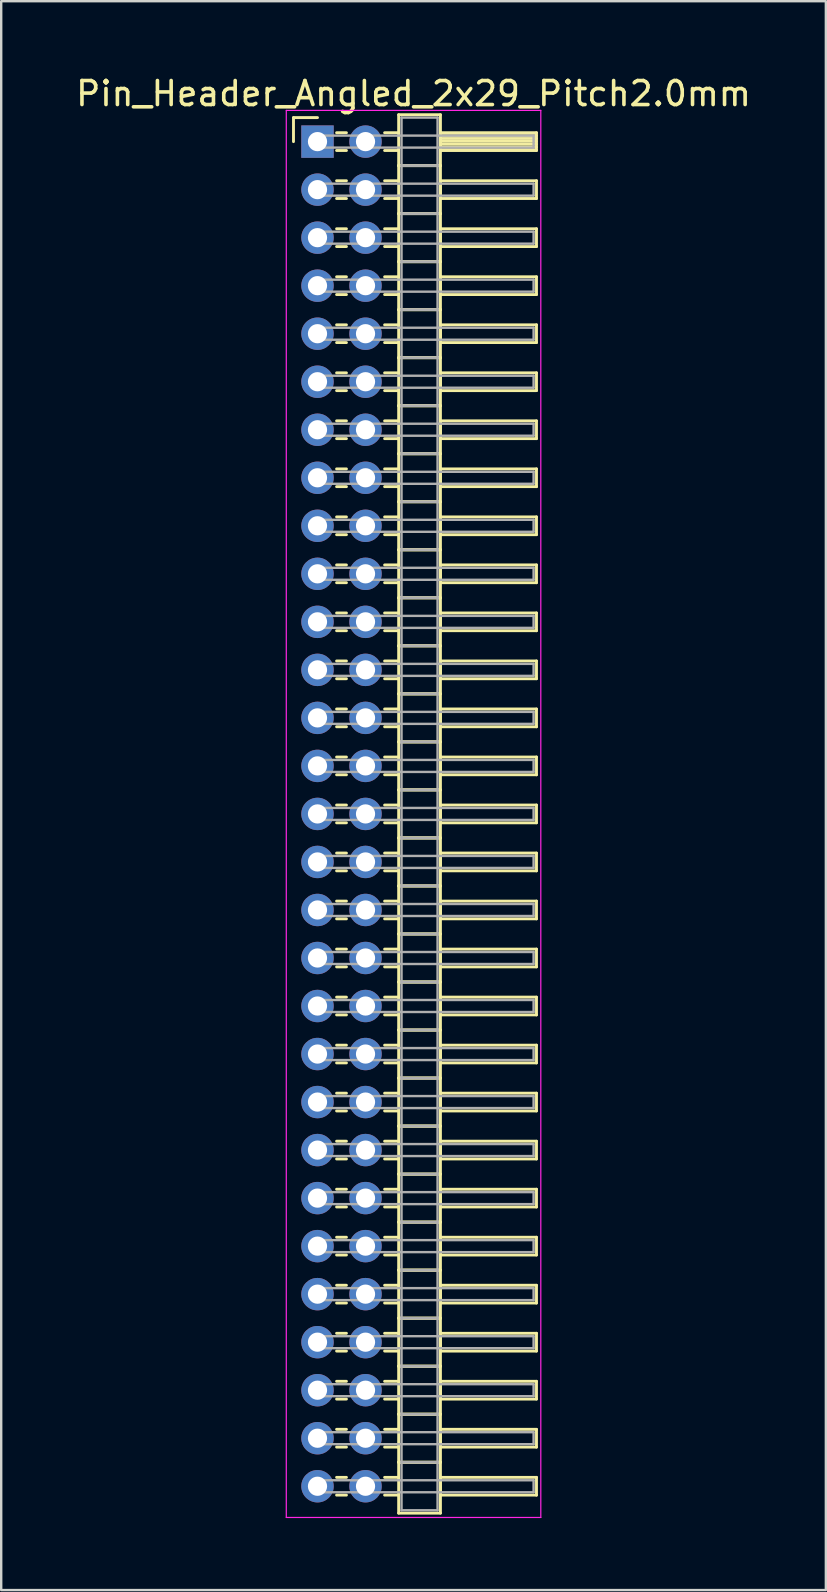
<source format=kicad_pcb>
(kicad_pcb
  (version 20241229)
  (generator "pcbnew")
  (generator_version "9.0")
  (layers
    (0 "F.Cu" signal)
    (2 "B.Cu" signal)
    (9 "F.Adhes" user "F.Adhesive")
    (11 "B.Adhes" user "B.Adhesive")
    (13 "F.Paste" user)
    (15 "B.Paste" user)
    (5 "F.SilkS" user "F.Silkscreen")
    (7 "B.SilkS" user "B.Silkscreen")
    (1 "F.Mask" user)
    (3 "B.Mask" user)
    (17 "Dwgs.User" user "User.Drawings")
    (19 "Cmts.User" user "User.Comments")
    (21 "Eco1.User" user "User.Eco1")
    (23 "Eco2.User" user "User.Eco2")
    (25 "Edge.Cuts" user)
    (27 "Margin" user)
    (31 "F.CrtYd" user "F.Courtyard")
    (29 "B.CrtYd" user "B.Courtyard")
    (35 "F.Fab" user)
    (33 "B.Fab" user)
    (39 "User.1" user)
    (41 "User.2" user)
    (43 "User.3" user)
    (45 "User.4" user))
  (footprint "Pin_Header_Angled_2x29_Pitch2.0mm"
    (layer "F.Cu")
    (at 10.173 2.848)
    (property "Reference" "Pin_Header_Angled_2x29_Pitch2.0mm" (at 4 -2 0) (layer "F.SilkS") (effects (font (size 1 1) (thickness 0.15))))
    (attr through_hole)
    (fp_line (start -1 -1) (end 0 -1) (stroke (width 0.12) (type solid)) (layer "F.SilkS"))
    (fp_line (start -1 0) (end -1 -1) (stroke (width 0.12) (type solid)) (layer "F.SilkS"))
    (fp_line (start 0.795 -0.37) (end 1.205 -0.37) (stroke (width 0.12) (type solid)) (layer "F.SilkS"))
    (fp_line (start 0.795 0.37) (end 1.205 0.37) (stroke (width 0.12) (type solid)) (layer "F.SilkS"))
    (fp_line (start 0.795 1.63) (end 1.205 1.63) (stroke (width 0.12) (type solid)) (layer "F.SilkS"))
    (fp_line (start 0.795 2.37) (end 1.205 2.37) (stroke (width 0.12) (type solid)) (layer "F.SilkS"))
    (fp_line (start 0.795 3.63) (end 1.205 3.63) (stroke (width 0.12) (type solid)) (layer "F.SilkS"))
    (fp_line (start 0.795 4.37) (end 1.205 4.37) (stroke (width 0.12) (type solid)) (layer "F.SilkS"))
    (fp_line (start 0.795 5.63) (end 1.205 5.63) (stroke (width 0.12) (type solid)) (layer "F.SilkS"))
    (fp_line (start 0.795 6.37) (end 1.205 6.37) (stroke (width 0.12) (type solid)) (layer "F.SilkS"))
    (fp_line (start 0.795 7.63) (end 1.205 7.63) (stroke (width 0.12) (type solid)) (layer "F.SilkS"))
    (fp_line (start 0.795 8.37) (end 1.205 8.37) (stroke (width 0.12) (type solid)) (layer "F.SilkS"))
    (fp_line (start 0.795 9.63) (end 1.205 9.63) (stroke (width 0.12) (type solid)) (layer "F.SilkS"))
    (fp_line (start 0.795 10.37) (end 1.205 10.37) (stroke (width 0.12) (type solid)) (layer "F.SilkS"))
    (fp_line (start 0.795 11.63) (end 1.205 11.63) (stroke (width 0.12) (type solid)) (layer "F.SilkS"))
    (fp_line (start 0.795 12.37) (end 1.205 12.37) (stroke (width 0.12) (type solid)) (layer "F.SilkS"))
    (fp_line (start 0.795 13.63) (end 1.205 13.63) (stroke (width 0.12) (type solid)) (layer "F.SilkS"))
    (fp_line (start 0.795 14.37) (end 1.205 14.37) (stroke (width 0.12) (type solid)) (layer "F.SilkS"))
    (fp_line (start 0.795 15.63) (end 1.205 15.63) (stroke (width 0.12) (type solid)) (layer "F.SilkS"))
    (fp_line (start 0.795 16.37) (end 1.205 16.37) (stroke (width 0.12) (type solid)) (layer "F.SilkS"))
    (fp_line (start 0.795 17.63) (end 1.205 17.63) (stroke (width 0.12) (type solid)) (layer "F.SilkS"))
    (fp_line (start 0.795 18.37) (end 1.205 18.37) (stroke (width 0.12) (type solid)) (layer "F.SilkS"))
    (fp_line (start 0.795 19.63) (end 1.205 19.63) (stroke (width 0.12) (type solid)) (layer "F.SilkS"))
    (fp_line (start 0.795 20.37) (end 1.205 20.37) (stroke (width 0.12) (type solid)) (layer "F.SilkS"))
    (fp_line (start 0.795 21.63) (end 1.205 21.63) (stroke (width 0.12) (type solid)) (layer "F.SilkS"))
    (fp_line (start 0.795 22.37) (end 1.205 22.37) (stroke (width 0.12) (type solid)) (layer "F.SilkS"))
    (fp_line (start 0.795 23.63) (end 1.205 23.63) (stroke (width 0.12) (type solid)) (layer "F.SilkS"))
    (fp_line (start 0.795 24.37) (end 1.205 24.37) (stroke (width 0.12) (type solid)) (layer "F.SilkS"))
    (fp_line (start 0.795 25.63) (end 1.205 25.63) (stroke (width 0.12) (type solid)) (layer "F.SilkS"))
    (fp_line (start 0.795 26.37) (end 1.205 26.37) (stroke (width 0.12) (type solid)) (layer "F.SilkS"))
    (fp_line (start 0.795 27.63) (end 1.205 27.63) (stroke (width 0.12) (type solid)) (layer "F.SilkS"))
    (fp_line (start 0.795 28.37) (end 1.205 28.37) (stroke (width 0.12) (type solid)) (layer "F.SilkS"))
    (fp_line (start 0.795 29.63) (end 1.205 29.63) (stroke (width 0.12) (type solid)) (layer "F.SilkS"))
    (fp_line (start 0.795 30.37) (end 1.205 30.37) (stroke (width 0.12) (type solid)) (layer "F.SilkS"))
    (fp_line (start 0.795 31.63) (end 1.205 31.63) (stroke (width 0.12) (type solid)) (layer "F.SilkS"))
    (fp_line (start 0.795 32.37) (end 1.205 32.37) (stroke (width 0.12) (type solid)) (layer "F.SilkS"))
    (fp_line (start 0.795 33.63) (end 1.205 33.63) (stroke (width 0.12) (type solid)) (layer "F.SilkS"))
    (fp_line (start 0.795 34.37) (end 1.205 34.37) (stroke (width 0.12) (type solid)) (layer "F.SilkS"))
    (fp_line (start 0.795 35.63) (end 1.205 35.63) (stroke (width 0.12) (type solid)) (layer "F.SilkS"))
    (fp_line (start 0.795 36.37) (end 1.205 36.37) (stroke (width 0.12) (type solid)) (layer "F.SilkS"))
    (fp_line (start 0.795 37.63) (end 1.205 37.63) (stroke (width 0.12) (type solid)) (layer "F.SilkS"))
    (fp_line (start 0.795 38.37) (end 1.205 38.37) (stroke (width 0.12) (type solid)) (layer "F.SilkS"))
    (fp_line (start 0.795 39.63) (end 1.205 39.63) (stroke (width 0.12) (type solid)) (layer "F.SilkS"))
    (fp_line (start 0.795 40.37) (end 1.205 40.37) (stroke (width 0.12) (type solid)) (layer "F.SilkS"))
    (fp_line (start 0.795 41.63) (end 1.205 41.63) (stroke (width 0.12) (type solid)) (layer "F.SilkS"))
    (fp_line (start 0.795 42.37) (end 1.205 42.37) (stroke (width 0.12) (type solid)) (layer "F.SilkS"))
    (fp_line (start 0.795 43.63) (end 1.205 43.63) (stroke (width 0.12) (type solid)) (layer "F.SilkS"))
    (fp_line (start 0.795 44.37) (end 1.205 44.37) (stroke (width 0.12) (type solid)) (layer "F.SilkS"))
    (fp_line (start 0.795 45.63) (end 1.205 45.63) (stroke (width 0.12) (type solid)) (layer "F.SilkS"))
    (fp_line (start 0.795 46.37) (end 1.205 46.37) (stroke (width 0.12) (type solid)) (layer "F.SilkS"))
    (fp_line (start 0.795 47.63) (end 1.205 47.63) (stroke (width 0.12) (type solid)) (layer "F.SilkS"))
    (fp_line (start 0.795 48.37) (end 1.205 48.37) (stroke (width 0.12) (type solid)) (layer "F.SilkS"))
    (fp_line (start 0.795 49.63) (end 1.205 49.63) (stroke (width 0.12) (type solid)) (layer "F.SilkS"))
    (fp_line (start 0.795 50.37) (end 1.205 50.37) (stroke (width 0.12) (type solid)) (layer "F.SilkS"))
    (fp_line (start 0.795 51.63) (end 1.205 51.63) (stroke (width 0.12) (type solid)) (layer "F.SilkS"))
    (fp_line (start 0.795 52.37) (end 1.205 52.37) (stroke (width 0.12) (type solid)) (layer "F.SilkS"))
    (fp_line (start 0.795 53.63) (end 1.205 53.63) (stroke (width 0.12) (type solid)) (layer "F.SilkS"))
    (fp_line (start 0.795 54.37) (end 1.205 54.37) (stroke (width 0.12) (type solid)) (layer "F.SilkS"))
    (fp_line (start 0.795 55.63) (end 1.205 55.63) (stroke (width 0.12) (type solid)) (layer "F.SilkS"))
    (fp_line (start 0.795 56.37) (end 1.205 56.37) (stroke (width 0.12) (type solid)) (layer "F.SilkS"))
    (fp_line (start 2.795 -0.37) (end 3.38 -0.37) (stroke (width 0.12) (type solid)) (layer "F.SilkS"))
    (fp_line (start 2.795 0.37) (end 3.38 0.37) (stroke (width 0.12) (type solid)) (layer "F.SilkS"))
    (fp_line (start 2.795 1.63) (end 3.38 1.63) (stroke (width 0.12) (type solid)) (layer "F.SilkS"))
    (fp_line (start 2.795 2.37) (end 3.38 2.37) (stroke (width 0.12) (type solid)) (layer "F.SilkS"))
    (fp_line (start 2.795 3.63) (end 3.38 3.63) (stroke (width 0.12) (type solid)) (layer "F.SilkS"))
    (fp_line (start 2.795 4.37) (end 3.38 4.37) (stroke (width 0.12) (type solid)) (layer "F.SilkS"))
    (fp_line (start 2.795 5.63) (end 3.38 5.63) (stroke (width 0.12) (type solid)) (layer "F.SilkS"))
    (fp_line (start 2.795 6.37) (end 3.38 6.37) (stroke (width 0.12) (type solid)) (layer "F.SilkS"))
    (fp_line (start 2.795 7.63) (end 3.38 7.63) (stroke (width 0.12) (type solid)) (layer "F.SilkS"))
    (fp_line (start 2.795 8.37) (end 3.38 8.37) (stroke (width 0.12) (type solid)) (layer "F.SilkS"))
    (fp_line (start 2.795 9.63) (end 3.38 9.63) (stroke (width 0.12) (type solid)) (layer "F.SilkS"))
    (fp_line (start 2.795 10.37) (end 3.38 10.37) (stroke (width 0.12) (type solid)) (layer "F.SilkS"))
    (fp_line (start 2.795 11.63) (end 3.38 11.63) (stroke (width 0.12) (type solid)) (layer "F.SilkS"))
    (fp_line (start 2.795 12.37) (end 3.38 12.37) (stroke (width 0.12) (type solid)) (layer "F.SilkS"))
    (fp_line (start 2.795 13.63) (end 3.38 13.63) (stroke (width 0.12) (type solid)) (layer "F.SilkS"))
    (fp_line (start 2.795 14.37) (end 3.38 14.37) (stroke (width 0.12) (type solid)) (layer "F.SilkS"))
    (fp_line (start 2.795 15.63) (end 3.38 15.63) (stroke (width 0.12) (type solid)) (layer "F.SilkS"))
    (fp_line (start 2.795 16.37) (end 3.38 16.37) (stroke (width 0.12) (type solid)) (layer "F.SilkS"))
    (fp_line (start 2.795 17.63) (end 3.38 17.63) (stroke (width 0.12) (type solid)) (layer "F.SilkS"))
    (fp_line (start 2.795 18.37) (end 3.38 18.37) (stroke (width 0.12) (type solid)) (layer "F.SilkS"))
    (fp_line (start 2.795 19.63) (end 3.38 19.63) (stroke (width 0.12) (type solid)) (layer "F.SilkS"))
    (fp_line (start 2.795 20.37) (end 3.38 20.37) (stroke (width 0.12) (type solid)) (layer "F.SilkS"))
    (fp_line (start 2.795 21.63) (end 3.38 21.63) (stroke (width 0.12) (type solid)) (layer "F.SilkS"))
    (fp_line (start 2.795 22.37) (end 3.38 22.37) (stroke (width 0.12) (type solid)) (layer "F.SilkS"))
    (fp_line (start 2.795 23.63) (end 3.38 23.63) (stroke (width 0.12) (type solid)) (layer "F.SilkS"))
    (fp_line (start 2.795 24.37) (end 3.38 24.37) (stroke (width 0.12) (type solid)) (layer "F.SilkS"))
    (fp_line (start 2.795 25.63) (end 3.38 25.63) (stroke (width 0.12) (type solid)) (layer "F.SilkS"))
    (fp_line (start 2.795 26.37) (end 3.38 26.37) (stroke (width 0.12) (type solid)) (layer "F.SilkS"))
    (fp_line (start 2.795 27.63) (end 3.38 27.63) (stroke (width 0.12) (type solid)) (layer "F.SilkS"))
    (fp_line (start 2.795 28.37) (end 3.38 28.37) (stroke (width 0.12) (type solid)) (layer "F.SilkS"))
    (fp_line (start 2.795 29.63) (end 3.38 29.63) (stroke (width 0.12) (type solid)) (layer "F.SilkS"))
    (fp_line (start 2.795 30.37) (end 3.38 30.37) (stroke (width 0.12) (type solid)) (layer "F.SilkS"))
    (fp_line (start 2.795 31.63) (end 3.38 31.63) (stroke (width 0.12) (type solid)) (layer "F.SilkS"))
    (fp_line (start 2.795 32.37) (end 3.38 32.37) (stroke (width 0.12) (type solid)) (layer "F.SilkS"))
    (fp_line (start 2.795 33.63) (end 3.38 33.63) (stroke (width 0.12) (type solid)) (layer "F.SilkS"))
    (fp_line (start 2.795 34.37) (end 3.38 34.37) (stroke (width 0.12) (type solid)) (layer "F.SilkS"))
    (fp_line (start 2.795 35.63) (end 3.38 35.63) (stroke (width 0.12) (type solid)) (layer "F.SilkS"))
    (fp_line (start 2.795 36.37) (end 3.38 36.37) (stroke (width 0.12) (type solid)) (layer "F.SilkS"))
    (fp_line (start 2.795 37.63) (end 3.38 37.63) (stroke (width 0.12) (type solid)) (layer "F.SilkS"))
    (fp_line (start 2.795 38.37) (end 3.38 38.37) (stroke (width 0.12) (type solid)) (layer "F.SilkS"))
    (fp_line (start 2.795 39.63) (end 3.38 39.63) (stroke (width 0.12) (type solid)) (layer "F.SilkS"))
    (fp_line (start 2.795 40.37) (end 3.38 40.37) (stroke (width 0.12) (type solid)) (layer "F.SilkS"))
    (fp_line (start 2.795 41.63) (end 3.38 41.63) (stroke (width 0.12) (type solid)) (layer "F.SilkS"))
    (fp_line (start 2.795 42.37) (end 3.38 42.37) (stroke (width 0.12) (type solid)) (layer "F.SilkS"))
    (fp_line (start 2.795 43.63) (end 3.38 43.63) (stroke (width 0.12) (type solid)) (layer "F.SilkS"))
    (fp_line (start 2.795 44.37) (end 3.38 44.37) (stroke (width 0.12) (type solid)) (layer "F.SilkS"))
    (fp_line (start 2.795 45.63) (end 3.38 45.63) (stroke (width 0.12) (type solid)) (layer "F.SilkS"))
    (fp_line (start 2.795 46.37) (end 3.38 46.37) (stroke (width 0.12) (type solid)) (layer "F.SilkS"))
    (fp_line (start 2.795 47.63) (end 3.38 47.63) (stroke (width 0.12) (type solid)) (layer "F.SilkS"))
    (fp_line (start 2.795 48.37) (end 3.38 48.37) (stroke (width 0.12) (type solid)) (layer "F.SilkS"))
    (fp_line (start 2.795 49.63) (end 3.38 49.63) (stroke (width 0.12) (type solid)) (layer "F.SilkS"))
    (fp_line (start 2.795 50.37) (end 3.38 50.37) (stroke (width 0.12) (type solid)) (layer "F.SilkS"))
    (fp_line (start 2.795 51.63) (end 3.38 51.63) (stroke (width 0.12) (type solid)) (layer "F.SilkS"))
    (fp_line (start 2.795 52.37) (end 3.38 52.37) (stroke (width 0.12) (type solid)) (layer "F.SilkS"))
    (fp_line (start 2.795 53.63) (end 3.38 53.63) (stroke (width 0.12) (type solid)) (layer "F.SilkS"))
    (fp_line (start 2.795 54.37) (end 3.38 54.37) (stroke (width 0.12) (type solid)) (layer "F.SilkS"))
    (fp_line (start 2.795 55.63) (end 3.38 55.63) (stroke (width 0.12) (type solid)) (layer "F.SilkS"))
    (fp_line (start 2.795 56.37) (end 3.38 56.37) (stroke (width 0.12) (type solid)) (layer "F.SilkS"))
    (fp_line (start 3.38 -1.12) (end 3.38 1) (stroke (width 0.12) (type solid)) (layer "F.SilkS"))
    (fp_line (start 3.38 1) (end 3.38 3) (stroke (width 0.12) (type solid)) (layer "F.SilkS"))
    (fp_line (start 3.38 1) (end 5.12 1) (stroke (width 0.12) (type solid)) (layer "F.SilkS"))
    (fp_line (start 3.38 3) (end 3.38 5) (stroke (width 0.12) (type solid)) (layer "F.SilkS"))
    (fp_line (start 3.38 3) (end 5.12 3) (stroke (width 0.12) (type solid)) (layer "F.SilkS"))
    (fp_line (start 3.38 5) (end 3.38 7) (stroke (width 0.12) (type solid)) (layer "F.SilkS"))
    (fp_line (start 3.38 5) (end 5.12 5) (stroke (width 0.12) (type solid)) (layer "F.SilkS"))
    (fp_line (start 3.38 7) (end 3.38 9) (stroke (width 0.12) (type solid)) (layer "F.SilkS"))
    (fp_line (start 3.38 7) (end 5.12 7) (stroke (width 0.12) (type solid)) (layer "F.SilkS"))
    (fp_line (start 3.38 9) (end 3.38 11) (stroke (width 0.12) (type solid)) (layer "F.SilkS"))
    (fp_line (start 3.38 9) (end 5.12 9) (stroke (width 0.12) (type solid)) (layer "F.SilkS"))
    (fp_line (start 3.38 11) (end 3.38 13) (stroke (width 0.12) (type solid)) (layer "F.SilkS"))
    (fp_line (start 3.38 11) (end 5.12 11) (stroke (width 0.12) (type solid)) (layer "F.SilkS"))
    (fp_line (start 3.38 13) (end 3.38 15) (stroke (width 0.12) (type solid)) (layer "F.SilkS"))
    (fp_line (start 3.38 13) (end 5.12 13) (stroke (width 0.12) (type solid)) (layer "F.SilkS"))
    (fp_line (start 3.38 15) (end 3.38 17) (stroke (width 0.12) (type solid)) (layer "F.SilkS"))
    (fp_line (start 3.38 15) (end 5.12 15) (stroke (width 0.12) (type solid)) (layer "F.SilkS"))
    (fp_line (start 3.38 17) (end 3.38 19) (stroke (width 0.12) (type solid)) (layer "F.SilkS"))
    (fp_line (start 3.38 17) (end 5.12 17) (stroke (width 0.12) (type solid)) (layer "F.SilkS"))
    (fp_line (start 3.38 19) (end 3.38 21) (stroke (width 0.12) (type solid)) (layer "F.SilkS"))
    (fp_line (start 3.38 19) (end 5.12 19) (stroke (width 0.12) (type solid)) (layer "F.SilkS"))
    (fp_line (start 3.38 21) (end 3.38 23) (stroke (width 0.12) (type solid)) (layer "F.SilkS"))
    (fp_line (start 3.38 21) (end 5.12 21) (stroke (width 0.12) (type solid)) (layer "F.SilkS"))
    (fp_line (start 3.38 23) (end 3.38 25) (stroke (width 0.12) (type solid)) (layer "F.SilkS"))
    (fp_line (start 3.38 23) (end 5.12 23) (stroke (width 0.12) (type solid)) (layer "F.SilkS"))
    (fp_line (start 3.38 25) (end 3.38 27) (stroke (width 0.12) (type solid)) (layer "F.SilkS"))
    (fp_line (start 3.38 25) (end 5.12 25) (stroke (width 0.12) (type solid)) (layer "F.SilkS"))
    (fp_line (start 3.38 27) (end 3.38 29) (stroke (width 0.12) (type solid)) (layer "F.SilkS"))
    (fp_line (start 3.38 27) (end 5.12 27) (stroke (width 0.12) (type solid)) (layer "F.SilkS"))
    (fp_line (start 3.38 29) (end 3.38 31) (stroke (width 0.12) (type solid)) (layer "F.SilkS"))
    (fp_line (start 3.38 29) (end 5.12 29) (stroke (width 0.12) (type solid)) (layer "F.SilkS"))
    (fp_line (start 3.38 31) (end 3.38 33) (stroke (width 0.12) (type solid)) (layer "F.SilkS"))
    (fp_line (start 3.38 31) (end 5.12 31) (stroke (width 0.12) (type solid)) (layer "F.SilkS"))
    (fp_line (start 3.38 33) (end 3.38 35) (stroke (width 0.12) (type solid)) (layer "F.SilkS"))
    (fp_line (start 3.38 33) (end 5.12 33) (stroke (width 0.12) (type solid)) (layer "F.SilkS"))
    (fp_line (start 3.38 35) (end 3.38 37) (stroke (width 0.12) (type solid)) (layer "F.SilkS"))
    (fp_line (start 3.38 35) (end 5.12 35) (stroke (width 0.12) (type solid)) (layer "F.SilkS"))
    (fp_line (start 3.38 37) (end 3.38 39) (stroke (width 0.12) (type solid)) (layer "F.SilkS"))
    (fp_line (start 3.38 37) (end 5.12 37) (stroke (width 0.12) (type solid)) (layer "F.SilkS"))
    (fp_line (start 3.38 39) (end 3.38 41) (stroke (width 0.12) (type solid)) (layer "F.SilkS"))
    (fp_line (start 3.38 39) (end 5.12 39) (stroke (width 0.12) (type solid)) (layer "F.SilkS"))
    (fp_line (start 3.38 41) (end 3.38 43) (stroke (width 0.12) (type solid)) (layer "F.SilkS"))
    (fp_line (start 3.38 41) (end 5.12 41) (stroke (width 0.12) (type solid)) (layer "F.SilkS"))
    (fp_line (start 3.38 43) (end 3.38 45) (stroke (width 0.12) (type solid)) (layer "F.SilkS"))
    (fp_line (start 3.38 43) (end 5.12 43) (stroke (width 0.12) (type solid)) (layer "F.SilkS"))
    (fp_line (start 3.38 45) (end 3.38 47) (stroke (width 0.12) (type solid)) (layer "F.SilkS"))
    (fp_line (start 3.38 45) (end 5.12 45) (stroke (width 0.12) (type solid)) (layer "F.SilkS"))
    (fp_line (start 3.38 47) (end 3.38 49) (stroke (width 0.12) (type solid)) (layer "F.SilkS"))
    (fp_line (start 3.38 47) (end 5.12 47) (stroke (width 0.12) (type solid)) (layer "F.SilkS"))
    (fp_line (start 3.38 49) (end 3.38 51) (stroke (width 0.12) (type solid)) (layer "F.SilkS"))
    (fp_line (start 3.38 49) (end 5.12 49) (stroke (width 0.12) (type solid)) (layer "F.SilkS"))
    (fp_line (start 3.38 51) (end 3.38 53) (stroke (width 0.12) (type solid)) (layer "F.SilkS"))
    (fp_line (start 3.38 51) (end 5.12 51) (stroke (width 0.12) (type solid)) (layer "F.SilkS"))
    (fp_line (start 3.38 53) (end 3.38 55) (stroke (width 0.12) (type solid)) (layer "F.SilkS"))
    (fp_line (start 3.38 53) (end 5.12 53) (stroke (width 0.12) (type solid)) (layer "F.SilkS"))
    (fp_line (start 3.38 55) (end 3.38 57.12) (stroke (width 0.12) (type solid)) (layer "F.SilkS"))
    (fp_line (start 3.38 55) (end 5.12 55) (stroke (width 0.12) (type solid)) (layer "F.SilkS"))
    (fp_line (start 3.38 57.12) (end 5.12 57.12) (stroke (width 0.12) (type solid)) (layer "F.SilkS"))
    (fp_line (start 5.12 -1.12) (end 3.38 -1.12) (stroke (width 0.12) (type solid)) (layer "F.SilkS"))
    (fp_line (start 5.12 -0.37) (end 5.12 0.37) (stroke (width 0.12) (type solid)) (layer "F.SilkS"))
    (fp_line (start 5.12 -0.25) (end 9.12 -0.25) (stroke (width 0.12) (type solid)) (layer "F.SilkS"))
    (fp_line (start 5.12 -0.13) (end 9.12 -0.13) (stroke (width 0.12) (type solid)) (layer "F.SilkS"))
    (fp_line (start 5.12 -0.01) (end 9.12 -0.01) (stroke (width 0.12) (type solid)) (layer "F.SilkS"))
    (fp_line (start 5.12 0.11) (end 9.12 0.11) (stroke (width 0.12) (type solid)) (layer "F.SilkS"))
    (fp_line (start 5.12 0.23) (end 9.12 0.23) (stroke (width 0.12) (type solid)) (layer "F.SilkS"))
    (fp_line (start 5.12 0.35) (end 9.12 0.35) (stroke (width 0.12) (type solid)) (layer "F.SilkS"))
    (fp_line (start 5.12 0.37) (end 9.12 0.37) (stroke (width 0.12) (type solid)) (layer "F.SilkS"))
    (fp_line (start 5.12 1) (end 3.38 1) (stroke (width 0.12) (type solid)) (layer "F.SilkS"))
    (fp_line (start 5.12 1) (end 5.12 -1.12) (stroke (width 0.12) (type solid)) (layer "F.SilkS"))
    (fp_line (start 5.12 1.63) (end 5.12 2.37) (stroke (width 0.12) (type solid)) (layer "F.SilkS"))
    (fp_line (start 5.12 2.37) (end 9.12 2.37) (stroke (width 0.12) (type solid)) (layer "F.SilkS"))
    (fp_line (start 5.12 3) (end 3.38 3) (stroke (width 0.12) (type solid)) (layer "F.SilkS"))
    (fp_line (start 5.12 3) (end 5.12 1) (stroke (width 0.12) (type solid)) (layer "F.SilkS"))
    (fp_line (start 5.12 3.63) (end 5.12 4.37) (stroke (width 0.12) (type solid)) (layer "F.SilkS"))
    (fp_line (start 5.12 4.37) (end 9.12 4.37) (stroke (width 0.12) (type solid)) (layer "F.SilkS"))
    (fp_line (start 5.12 5) (end 3.38 5) (stroke (width 0.12) (type solid)) (layer "F.SilkS"))
    (fp_line (start 5.12 5) (end 5.12 3) (stroke (width 0.12) (type solid)) (layer "F.SilkS"))
    (fp_line (start 5.12 5.63) (end 5.12 6.37) (stroke (width 0.12) (type solid)) (layer "F.SilkS"))
    (fp_line (start 5.12 6.37) (end 9.12 6.37) (stroke (width 0.12) (type solid)) (layer "F.SilkS"))
    (fp_line (start 5.12 7) (end 3.38 7) (stroke (width 0.12) (type solid)) (layer "F.SilkS"))
    (fp_line (start 5.12 7) (end 5.12 5) (stroke (width 0.12) (type solid)) (layer "F.SilkS"))
    (fp_line (start 5.12 7.63) (end 5.12 8.37) (stroke (width 0.12) (type solid)) (layer "F.SilkS"))
    (fp_line (start 5.12 8.37) (end 9.12 8.37) (stroke (width 0.12) (type solid)) (layer "F.SilkS"))
    (fp_line (start 5.12 9) (end 3.38 9) (stroke (width 0.12) (type solid)) (layer "F.SilkS"))
    (fp_line (start 5.12 9) (end 5.12 7) (stroke (width 0.12) (type solid)) (layer "F.SilkS"))
    (fp_line (start 5.12 9.63) (end 5.12 10.37) (stroke (width 0.12) (type solid)) (layer "F.SilkS"))
    (fp_line (start 5.12 10.37) (end 9.12 10.37) (stroke (width 0.12) (type solid)) (layer "F.SilkS"))
    (fp_line (start 5.12 11) (end 3.38 11) (stroke (width 0.12) (type solid)) (layer "F.SilkS"))
    (fp_line (start 5.12 11) (end 5.12 9) (stroke (width 0.12) (type solid)) (layer "F.SilkS"))
    (fp_line (start 5.12 11.63) (end 5.12 12.37) (stroke (width 0.12) (type solid)) (layer "F.SilkS"))
    (fp_line (start 5.12 12.37) (end 9.12 12.37) (stroke (width 0.12) (type solid)) (layer "F.SilkS"))
    (fp_line (start 5.12 13) (end 3.38 13) (stroke (width 0.12) (type solid)) (layer "F.SilkS"))
    (fp_line (start 5.12 13) (end 5.12 11) (stroke (width 0.12) (type solid)) (layer "F.SilkS"))
    (fp_line (start 5.12 13.63) (end 5.12 14.37) (stroke (width 0.12) (type solid)) (layer "F.SilkS"))
    (fp_line (start 5.12 14.37) (end 9.12 14.37) (stroke (width 0.12) (type solid)) (layer "F.SilkS"))
    (fp_line (start 5.12 15) (end 3.38 15) (stroke (width 0.12) (type solid)) (layer "F.SilkS"))
    (fp_line (start 5.12 15) (end 5.12 13) (stroke (width 0.12) (type solid)) (layer "F.SilkS"))
    (fp_line (start 5.12 15.63) (end 5.12 16.37) (stroke (width 0.12) (type solid)) (layer "F.SilkS"))
    (fp_line (start 5.12 16.37) (end 9.12 16.37) (stroke (width 0.12) (type solid)) (layer "F.SilkS"))
    (fp_line (start 5.12 17) (end 3.38 17) (stroke (width 0.12) (type solid)) (layer "F.SilkS"))
    (fp_line (start 5.12 17) (end 5.12 15) (stroke (width 0.12) (type solid)) (layer "F.SilkS"))
    (fp_line (start 5.12 17.63) (end 5.12 18.37) (stroke (width 0.12) (type solid)) (layer "F.SilkS"))
    (fp_line (start 5.12 18.37) (end 9.12 18.37) (stroke (width 0.12) (type solid)) (layer "F.SilkS"))
    (fp_line (start 5.12 19) (end 3.38 19) (stroke (width 0.12) (type solid)) (layer "F.SilkS"))
    (fp_line (start 5.12 19) (end 5.12 17) (stroke (width 0.12) (type solid)) (layer "F.SilkS"))
    (fp_line (start 5.12 19.63) (end 5.12 20.37) (stroke (width 0.12) (type solid)) (layer "F.SilkS"))
    (fp_line (start 5.12 20.37) (end 9.12 20.37) (stroke (width 0.12) (type solid)) (layer "F.SilkS"))
    (fp_line (start 5.12 21) (end 3.38 21) (stroke (width 0.12) (type solid)) (layer "F.SilkS"))
    (fp_line (start 5.12 21) (end 5.12 19) (stroke (width 0.12) (type solid)) (layer "F.SilkS"))
    (fp_line (start 5.12 21.63) (end 5.12 22.37) (stroke (width 0.12) (type solid)) (layer "F.SilkS"))
    (fp_line (start 5.12 22.37) (end 9.12 22.37) (stroke (width 0.12) (type solid)) (layer "F.SilkS"))
    (fp_line (start 5.12 23) (end 3.38 23) (stroke (width 0.12) (type solid)) (layer "F.SilkS"))
    (fp_line (start 5.12 23) (end 5.12 21) (stroke (width 0.12) (type solid)) (layer "F.SilkS"))
    (fp_line (start 5.12 23.63) (end 5.12 24.37) (stroke (width 0.12) (type solid)) (layer "F.SilkS"))
    (fp_line (start 5.12 24.37) (end 9.12 24.37) (stroke (width 0.12) (type solid)) (layer "F.SilkS"))
    (fp_line (start 5.12 25) (end 3.38 25) (stroke (width 0.12) (type solid)) (layer "F.SilkS"))
    (fp_line (start 5.12 25) (end 5.12 23) (stroke (width 0.12) (type solid)) (layer "F.SilkS"))
    (fp_line (start 5.12 25.63) (end 5.12 26.37) (stroke (width 0.12) (type solid)) (layer "F.SilkS"))
    (fp_line (start 5.12 26.37) (end 9.12 26.37) (stroke (width 0.12) (type solid)) (layer "F.SilkS"))
    (fp_line (start 5.12 27) (end 3.38 27) (stroke (width 0.12) (type solid)) (layer "F.SilkS"))
    (fp_line (start 5.12 27) (end 5.12 25) (stroke (width 0.12) (type solid)) (layer "F.SilkS"))
    (fp_line (start 5.12 27.63) (end 5.12 28.37) (stroke (width 0.12) (type solid)) (layer "F.SilkS"))
    (fp_line (start 5.12 28.37) (end 9.12 28.37) (stroke (width 0.12) (type solid)) (layer "F.SilkS"))
    (fp_line (start 5.12 29) (end 3.38 29) (stroke (width 0.12) (type solid)) (layer "F.SilkS"))
    (fp_line (start 5.12 29) (end 5.12 27) (stroke (width 0.12) (type solid)) (layer "F.SilkS"))
    (fp_line (start 5.12 29.63) (end 5.12 30.37) (stroke (width 0.12) (type solid)) (layer "F.SilkS"))
    (fp_line (start 5.12 30.37) (end 9.12 30.37) (stroke (width 0.12) (type solid)) (layer "F.SilkS"))
    (fp_line (start 5.12 31) (end 3.38 31) (stroke (width 0.12) (type solid)) (layer "F.SilkS"))
    (fp_line (start 5.12 31) (end 5.12 29) (stroke (width 0.12) (type solid)) (layer "F.SilkS"))
    (fp_line (start 5.12 31.63) (end 5.12 32.37) (stroke (width 0.12) (type solid)) (layer "F.SilkS"))
    (fp_line (start 5.12 32.37) (end 9.12 32.37) (stroke (width 0.12) (type solid)) (layer "F.SilkS"))
    (fp_line (start 5.12 33) (end 3.38 33) (stroke (width 0.12) (type solid)) (layer "F.SilkS"))
    (fp_line (start 5.12 33) (end 5.12 31) (stroke (width 0.12) (type solid)) (layer "F.SilkS"))
    (fp_line (start 5.12 33.63) (end 5.12 34.37) (stroke (width 0.12) (type solid)) (layer "F.SilkS"))
    (fp_line (start 5.12 34.37) (end 9.12 34.37) (stroke (width 0.12) (type solid)) (layer "F.SilkS"))
    (fp_line (start 5.12 35) (end 3.38 35) (stroke (width 0.12) (type solid)) (layer "F.SilkS"))
    (fp_line (start 5.12 35) (end 5.12 33) (stroke (width 0.12) (type solid)) (layer "F.SilkS"))
    (fp_line (start 5.12 35.63) (end 5.12 36.37) (stroke (width 0.12) (type solid)) (layer "F.SilkS"))
    (fp_line (start 5.12 36.37) (end 9.12 36.37) (stroke (width 0.12) (type solid)) (layer "F.SilkS"))
    (fp_line (start 5.12 37) (end 3.38 37) (stroke (width 0.12) (type solid)) (layer "F.SilkS"))
    (fp_line (start 5.12 37) (end 5.12 35) (stroke (width 0.12) (type solid)) (layer "F.SilkS"))
    (fp_line (start 5.12 37.63) (end 5.12 38.37) (stroke (width 0.12) (type solid)) (layer "F.SilkS"))
    (fp_line (start 5.12 38.37) (end 9.12 38.37) (stroke (width 0.12) (type solid)) (layer "F.SilkS"))
    (fp_line (start 5.12 39) (end 3.38 39) (stroke (width 0.12) (type solid)) (layer "F.SilkS"))
    (fp_line (start 5.12 39) (end 5.12 37) (stroke (width 0.12) (type solid)) (layer "F.SilkS"))
    (fp_line (start 5.12 39.63) (end 5.12 40.37) (stroke (width 0.12) (type solid)) (layer "F.SilkS"))
    (fp_line (start 5.12 40.37) (end 9.12 40.37) (stroke (width 0.12) (type solid)) (layer "F.SilkS"))
    (fp_line (start 5.12 41) (end 3.38 41) (stroke (width 0.12) (type solid)) (layer "F.SilkS"))
    (fp_line (start 5.12 41) (end 5.12 39) (stroke (width 0.12) (type solid)) (layer "F.SilkS"))
    (fp_line (start 5.12 41.63) (end 5.12 42.37) (stroke (width 0.12) (type solid)) (layer "F.SilkS"))
    (fp_line (start 5.12 42.37) (end 9.12 42.37) (stroke (width 0.12) (type solid)) (layer "F.SilkS"))
    (fp_line (start 5.12 43) (end 3.38 43) (stroke (width 0.12) (type solid)) (layer "F.SilkS"))
    (fp_line (start 5.12 43) (end 5.12 41) (stroke (width 0.12) (type solid)) (layer "F.SilkS"))
    (fp_line (start 5.12 43.63) (end 5.12 44.37) (stroke (width 0.12) (type solid)) (layer "F.SilkS"))
    (fp_line (start 5.12 44.37) (end 9.12 44.37) (stroke (width 0.12) (type solid)) (layer "F.SilkS"))
    (fp_line (start 5.12 45) (end 3.38 45) (stroke (width 0.12) (type solid)) (layer "F.SilkS"))
    (fp_line (start 5.12 45) (end 5.12 43) (stroke (width 0.12) (type solid)) (layer "F.SilkS"))
    (fp_line (start 5.12 45.63) (end 5.12 46.37) (stroke (width 0.12) (type solid)) (layer "F.SilkS"))
    (fp_line (start 5.12 46.37) (end 9.12 46.37) (stroke (width 0.12) (type solid)) (layer "F.SilkS"))
    (fp_line (start 5.12 47) (end 3.38 47) (stroke (width 0.12) (type solid)) (layer "F.SilkS"))
    (fp_line (start 5.12 47) (end 5.12 45) (stroke (width 0.12) (type solid)) (layer "F.SilkS"))
    (fp_line (start 5.12 47.63) (end 5.12 48.37) (stroke (width 0.12) (type solid)) (layer "F.SilkS"))
    (fp_line (start 5.12 48.37) (end 9.12 48.37) (stroke (width 0.12) (type solid)) (layer "F.SilkS"))
    (fp_line (start 5.12 49) (end 3.38 49) (stroke (width 0.12) (type solid)) (layer "F.SilkS"))
    (fp_line (start 5.12 49) (end 5.12 47) (stroke (width 0.12) (type solid)) (layer "F.SilkS"))
    (fp_line (start 5.12 49.63) (end 5.12 50.37) (stroke (width 0.12) (type solid)) (layer "F.SilkS"))
    (fp_line (start 5.12 50.37) (end 9.12 50.37) (stroke (width 0.12) (type solid)) (layer "F.SilkS"))
    (fp_line (start 5.12 51) (end 3.38 51) (stroke (width 0.12) (type solid)) (layer "F.SilkS"))
    (fp_line (start 5.12 51) (end 5.12 49) (stroke (width 0.12) (type solid)) (layer "F.SilkS"))
    (fp_line (start 5.12 51.63) (end 5.12 52.37) (stroke (width 0.12) (type solid)) (layer "F.SilkS"))
    (fp_line (start 5.12 52.37) (end 9.12 52.37) (stroke (width 0.12) (type solid)) (layer "F.SilkS"))
    (fp_line (start 5.12 53) (end 3.38 53) (stroke (width 0.12) (type solid)) (layer "F.SilkS"))
    (fp_line (start 5.12 53) (end 5.12 51) (stroke (width 0.12) (type solid)) (layer "F.SilkS"))
    (fp_line (start 5.12 53.63) (end 5.12 54.37) (stroke (width 0.12) (type solid)) (layer "F.SilkS"))
    (fp_line (start 5.12 54.37) (end 9.12 54.37) (stroke (width 0.12) (type solid)) (layer "F.SilkS"))
    (fp_line (start 5.12 55) (end 3.38 55) (stroke (width 0.12) (type solid)) (layer "F.SilkS"))
    (fp_line (start 5.12 55) (end 5.12 53) (stroke (width 0.12) (type solid)) (layer "F.SilkS"))
    (fp_line (start 5.12 55.63) (end 5.12 56.37) (stroke (width 0.12) (type solid)) (layer "F.SilkS"))
    (fp_line (start 5.12 56.37) (end 9.12 56.37) (stroke (width 0.12) (type solid)) (layer "F.SilkS"))
    (fp_line (start 5.12 57.12) (end 5.12 55) (stroke (width 0.12) (type solid)) (layer "F.SilkS"))
    (fp_line (start 9.12 -0.37) (end 5.12 -0.37) (stroke (width 0.12) (type solid)) (layer "F.SilkS"))
    (fp_line (start 9.12 0.37) (end 9.12 -0.37) (stroke (width 0.12) (type solid)) (layer "F.SilkS"))
    (fp_line (start 9.12 1.63) (end 5.12 1.63) (stroke (width 0.12) (type solid)) (layer "F.SilkS"))
    (fp_line (start 9.12 2.37) (end 9.12 1.63) (stroke (width 0.12) (type solid)) (layer "F.SilkS"))
    (fp_line (start 9.12 3.63) (end 5.12 3.63) (stroke (width 0.12) (type solid)) (layer "F.SilkS"))
    (fp_line (start 9.12 4.37) (end 9.12 3.63) (stroke (width 0.12) (type solid)) (layer "F.SilkS"))
    (fp_line (start 9.12 5.63) (end 5.12 5.63) (stroke (width 0.12) (type solid)) (layer "F.SilkS"))
    (fp_line (start 9.12 6.37) (end 9.12 5.63) (stroke (width 0.12) (type solid)) (layer "F.SilkS"))
    (fp_line (start 9.12 7.63) (end 5.12 7.63) (stroke (width 0.12) (type solid)) (layer "F.SilkS"))
    (fp_line (start 9.12 8.37) (end 9.12 7.63) (stroke (width 0.12) (type solid)) (layer "F.SilkS"))
    (fp_line (start 9.12 9.63) (end 5.12 9.63) (stroke (width 0.12) (type solid)) (layer "F.SilkS"))
    (fp_line (start 9.12 10.37) (end 9.12 9.63) (stroke (width 0.12) (type solid)) (layer "F.SilkS"))
    (fp_line (start 9.12 11.63) (end 5.12 11.63) (stroke (width 0.12) (type solid)) (layer "F.SilkS"))
    (fp_line (start 9.12 12.37) (end 9.12 11.63) (stroke (width 0.12) (type solid)) (layer "F.SilkS"))
    (fp_line (start 9.12 13.63) (end 5.12 13.63) (stroke (width 0.12) (type solid)) (layer "F.SilkS"))
    (fp_line (start 9.12 14.37) (end 9.12 13.63) (stroke (width 0.12) (type solid)) (layer "F.SilkS"))
    (fp_line (start 9.12 15.63) (end 5.12 15.63) (stroke (width 0.12) (type solid)) (layer "F.SilkS"))
    (fp_line (start 9.12 16.37) (end 9.12 15.63) (stroke (width 0.12) (type solid)) (layer "F.SilkS"))
    (fp_line (start 9.12 17.63) (end 5.12 17.63) (stroke (width 0.12) (type solid)) (layer "F.SilkS"))
    (fp_line (start 9.12 18.37) (end 9.12 17.63) (stroke (width 0.12) (type solid)) (layer "F.SilkS"))
    (fp_line (start 9.12 19.63) (end 5.12 19.63) (stroke (width 0.12) (type solid)) (layer "F.SilkS"))
    (fp_line (start 9.12 20.37) (end 9.12 19.63) (stroke (width 0.12) (type solid)) (layer "F.SilkS"))
    (fp_line (start 9.12 21.63) (end 5.12 21.63) (stroke (width 0.12) (type solid)) (layer "F.SilkS"))
    (fp_line (start 9.12 22.37) (end 9.12 21.63) (stroke (width 0.12) (type solid)) (layer "F.SilkS"))
    (fp_line (start 9.12 23.63) (end 5.12 23.63) (stroke (width 0.12) (type solid)) (layer "F.SilkS"))
    (fp_line (start 9.12 24.37) (end 9.12 23.63) (stroke (width 0.12) (type solid)) (layer "F.SilkS"))
    (fp_line (start 9.12 25.63) (end 5.12 25.63) (stroke (width 0.12) (type solid)) (layer "F.SilkS"))
    (fp_line (start 9.12 26.37) (end 9.12 25.63) (stroke (width 0.12) (type solid)) (layer "F.SilkS"))
    (fp_line (start 9.12 27.63) (end 5.12 27.63) (stroke (width 0.12) (type solid)) (layer "F.SilkS"))
    (fp_line (start 9.12 28.37) (end 9.12 27.63) (stroke (width 0.12) (type solid)) (layer "F.SilkS"))
    (fp_line (start 9.12 29.63) (end 5.12 29.63) (stroke (width 0.12) (type solid)) (layer "F.SilkS"))
    (fp_line (start 9.12 30.37) (end 9.12 29.63) (stroke (width 0.12) (type solid)) (layer "F.SilkS"))
    (fp_line (start 9.12 31.63) (end 5.12 31.63) (stroke (width 0.12) (type solid)) (layer "F.SilkS"))
    (fp_line (start 9.12 32.37) (end 9.12 31.63) (stroke (width 0.12) (type solid)) (layer "F.SilkS"))
    (fp_line (start 9.12 33.63) (end 5.12 33.63) (stroke (width 0.12) (type solid)) (layer "F.SilkS"))
    (fp_line (start 9.12 34.37) (end 9.12 33.63) (stroke (width 0.12) (type solid)) (layer "F.SilkS"))
    (fp_line (start 9.12 35.63) (end 5.12 35.63) (stroke (width 0.12) (type solid)) (layer "F.SilkS"))
    (fp_line (start 9.12 36.37) (end 9.12 35.63) (stroke (width 0.12) (type solid)) (layer "F.SilkS"))
    (fp_line (start 9.12 37.63) (end 5.12 37.63) (stroke (width 0.12) (type solid)) (layer "F.SilkS"))
    (fp_line (start 9.12 38.37) (end 9.12 37.63) (stroke (width 0.12) (type solid)) (layer "F.SilkS"))
    (fp_line (start 9.12 39.63) (end 5.12 39.63) (stroke (width 0.12) (type solid)) (layer "F.SilkS"))
    (fp_line (start 9.12 40.37) (end 9.12 39.63) (stroke (width 0.12) (type solid)) (layer "F.SilkS"))
    (fp_line (start 9.12 41.63) (end 5.12 41.63) (stroke (width 0.12) (type solid)) (layer "F.SilkS"))
    (fp_line (start 9.12 42.37) (end 9.12 41.63) (stroke (width 0.12) (type solid)) (layer "F.SilkS"))
    (fp_line (start 9.12 43.63) (end 5.12 43.63) (stroke (width 0.12) (type solid)) (layer "F.SilkS"))
    (fp_line (start 9.12 44.37) (end 9.12 43.63) (stroke (width 0.12) (type solid)) (layer "F.SilkS"))
    (fp_line (start 9.12 45.63) (end 5.12 45.63) (stroke (width 0.12) (type solid)) (layer "F.SilkS"))
    (fp_line (start 9.12 46.37) (end 9.12 45.63) (stroke (width 0.12) (type solid)) (layer "F.SilkS"))
    (fp_line (start 9.12 47.63) (end 5.12 47.63) (stroke (width 0.12) (type solid)) (layer "F.SilkS"))
    (fp_line (start 9.12 48.37) (end 9.12 47.63) (stroke (width 0.12) (type solid)) (layer "F.SilkS"))
    (fp_line (start 9.12 49.63) (end 5.12 49.63) (stroke (width 0.12) (type solid)) (layer "F.SilkS"))
    (fp_line (start 9.12 50.37) (end 9.12 49.63) (stroke (width 0.12) (type solid)) (layer "F.SilkS"))
    (fp_line (start 9.12 51.63) (end 5.12 51.63) (stroke (width 0.12) (type solid)) (layer "F.SilkS"))
    (fp_line (start 9.12 52.37) (end 9.12 51.63) (stroke (width 0.12) (type solid)) (layer "F.SilkS"))
    (fp_line (start 9.12 53.63) (end 5.12 53.63) (stroke (width 0.12) (type solid)) (layer "F.SilkS"))
    (fp_line (start 9.12 54.37) (end 9.12 53.63) (stroke (width 0.12) (type solid)) (layer "F.SilkS"))
    (fp_line (start 9.12 55.63) (end 5.12 55.63) (stroke (width 0.12) (type solid)) (layer "F.SilkS"))
    (fp_line (start 9.12 56.37) (end 9.12 55.63) (stroke (width 0.12) (type solid)) (layer "F.SilkS"))
    (fp_line (start -1.3 -1.3) (end -1.3 57.3) (stroke (width 0.05) (type solid)) (layer "F.CrtYd"))
    (fp_line (start -1.3 57.3) (end 9.3 57.3) (stroke (width 0.05) (type solid)) (layer "F.CrtYd"))
    (fp_line (start 9.3 -1.3) (end -1.3 -1.3) (stroke (width 0.05) (type solid)) (layer "F.CrtYd"))
    (fp_line (start 9.3 57.3) (end 9.3 -1.3) (stroke (width 0.05) (type solid)) (layer "F.CrtYd"))
    (fp_line (start 0 -0.25) (end 0 0.25) (stroke (width 0.1) (type solid)) (layer "F.Fab"))
    (fp_line (start 0 0.25) (end 9 0.25) (stroke (width 0.1) (type solid)) (layer "F.Fab"))
    (fp_line (start 0 1.75) (end 0 2.25) (stroke (width 0.1) (type solid)) (layer "F.Fab"))
    (fp_line (start 0 2.25) (end 9 2.25) (stroke (width 0.1) (type solid)) (layer "F.Fab"))
    (fp_line (start 0 3.75) (end 0 4.25) (stroke (width 0.1) (type solid)) (layer "F.Fab"))
    (fp_line (start 0 4.25) (end 9 4.25) (stroke (width 0.1) (type solid)) (layer "F.Fab"))
    (fp_line (start 0 5.75) (end 0 6.25) (stroke (width 0.1) (type solid)) (layer "F.Fab"))
    (fp_line (start 0 6.25) (end 9 6.25) (stroke (width 0.1) (type solid)) (layer "F.Fab"))
    (fp_line (start 0 7.75) (end 0 8.25) (stroke (width 0.1) (type solid)) (layer "F.Fab"))
    (fp_line (start 0 8.25) (end 9 8.25) (stroke (width 0.1) (type solid)) (layer "F.Fab"))
    (fp_line (start 0 9.75) (end 0 10.25) (stroke (width 0.1) (type solid)) (layer "F.Fab"))
    (fp_line (start 0 10.25) (end 9 10.25) (stroke (width 0.1) (type solid)) (layer "F.Fab"))
    (fp_line (start 0 11.75) (end 0 12.25) (stroke (width 0.1) (type solid)) (layer "F.Fab"))
    (fp_line (start 0 12.25) (end 9 12.25) (stroke (width 0.1) (type solid)) (layer "F.Fab"))
    (fp_line (start 0 13.75) (end 0 14.25) (stroke (width 0.1) (type solid)) (layer "F.Fab"))
    (fp_line (start 0 14.25) (end 9 14.25) (stroke (width 0.1) (type solid)) (layer "F.Fab"))
    (fp_line (start 0 15.75) (end 0 16.25) (stroke (width 0.1) (type solid)) (layer "F.Fab"))
    (fp_line (start 0 16.25) (end 9 16.25) (stroke (width 0.1) (type solid)) (layer "F.Fab"))
    (fp_line (start 0 17.75) (end 0 18.25) (stroke (width 0.1) (type solid)) (layer "F.Fab"))
    (fp_line (start 0 18.25) (end 9 18.25) (stroke (width 0.1) (type solid)) (layer "F.Fab"))
    (fp_line (start 0 19.75) (end 0 20.25) (stroke (width 0.1) (type solid)) (layer "F.Fab"))
    (fp_line (start 0 20.25) (end 9 20.25) (stroke (width 0.1) (type solid)) (layer "F.Fab"))
    (fp_line (start 0 21.75) (end 0 22.25) (stroke (width 0.1) (type solid)) (layer "F.Fab"))
    (fp_line (start 0 22.25) (end 9 22.25) (stroke (width 0.1) (type solid)) (layer "F.Fab"))
    (fp_line (start 0 23.75) (end 0 24.25) (stroke (width 0.1) (type solid)) (layer "F.Fab"))
    (fp_line (start 0 24.25) (end 9 24.25) (stroke (width 0.1) (type solid)) (layer "F.Fab"))
    (fp_line (start 0 25.75) (end 0 26.25) (stroke (width 0.1) (type solid)) (layer "F.Fab"))
    (fp_line (start 0 26.25) (end 9 26.25) (stroke (width 0.1) (type solid)) (layer "F.Fab"))
    (fp_line (start 0 27.75) (end 0 28.25) (stroke (width 0.1) (type solid)) (layer "F.Fab"))
    (fp_line (start 0 28.25) (end 9 28.25) (stroke (width 0.1) (type solid)) (layer "F.Fab"))
    (fp_line (start 0 29.75) (end 0 30.25) (stroke (width 0.1) (type solid)) (layer "F.Fab"))
    (fp_line (start 0 30.25) (end 9 30.25) (stroke (width 0.1) (type solid)) (layer "F.Fab"))
    (fp_line (start 0 31.75) (end 0 32.25) (stroke (width 0.1) (type solid)) (layer "F.Fab"))
    (fp_line (start 0 32.25) (end 9 32.25) (stroke (width 0.1) (type solid)) (layer "F.Fab"))
    (fp_line (start 0 33.75) (end 0 34.25) (stroke (width 0.1) (type solid)) (layer "F.Fab"))
    (fp_line (start 0 34.25) (end 9 34.25) (stroke (width 0.1) (type solid)) (layer "F.Fab"))
    (fp_line (start 0 35.75) (end 0 36.25) (stroke (width 0.1) (type solid)) (layer "F.Fab"))
    (fp_line (start 0 36.25) (end 9 36.25) (stroke (width 0.1) (type solid)) (layer "F.Fab"))
    (fp_line (start 0 37.75) (end 0 38.25) (stroke (width 0.1) (type solid)) (layer "F.Fab"))
    (fp_line (start 0 38.25) (end 9 38.25) (stroke (width 0.1) (type solid)) (layer "F.Fab"))
    (fp_line (start 0 39.75) (end 0 40.25) (stroke (width 0.1) (type solid)) (layer "F.Fab"))
    (fp_line (start 0 40.25) (end 9 40.25) (stroke (width 0.1) (type solid)) (layer "F.Fab"))
    (fp_line (start 0 41.75) (end 0 42.25) (stroke (width 0.1) (type solid)) (layer "F.Fab"))
    (fp_line (start 0 42.25) (end 9 42.25) (stroke (width 0.1) (type solid)) (layer "F.Fab"))
    (fp_line (start 0 43.75) (end 0 44.25) (stroke (width 0.1) (type solid)) (layer "F.Fab"))
    (fp_line (start 0 44.25) (end 9 44.25) (stroke (width 0.1) (type solid)) (layer "F.Fab"))
    (fp_line (start 0 45.75) (end 0 46.25) (stroke (width 0.1) (type solid)) (layer "F.Fab"))
    (fp_line (start 0 46.25) (end 9 46.25) (stroke (width 0.1) (type solid)) (layer "F.Fab"))
    (fp_line (start 0 47.75) (end 0 48.25) (stroke (width 0.1) (type solid)) (layer "F.Fab"))
    (fp_line (start 0 48.25) (end 9 48.25) (stroke (width 0.1) (type solid)) (layer "F.Fab"))
    (fp_line (start 0 49.75) (end 0 50.25) (stroke (width 0.1) (type solid)) (layer "F.Fab"))
    (fp_line (start 0 50.25) (end 9 50.25) (stroke (width 0.1) (type solid)) (layer "F.Fab"))
    (fp_line (start 0 51.75) (end 0 52.25) (stroke (width 0.1) (type solid)) (layer "F.Fab"))
    (fp_line (start 0 52.25) (end 9 52.25) (stroke (width 0.1) (type solid)) (layer "F.Fab"))
    (fp_line (start 0 53.75) (end 0 54.25) (stroke (width 0.1) (type solid)) (layer "F.Fab"))
    (fp_line (start 0 54.25) (end 9 54.25) (stroke (width 0.1) (type solid)) (layer "F.Fab"))
    (fp_line (start 0 55.75) (end 0 56.25) (stroke (width 0.1) (type solid)) (layer "F.Fab"))
    (fp_line (start 0 56.25) (end 9 56.25) (stroke (width 0.1) (type solid)) (layer "F.Fab"))
    (fp_line (start 3.5 -1) (end 3.5 1) (stroke (width 0.1) (type solid)) (layer "F.Fab"))
    (fp_line (start 3.5 1) (end 3.5 3) (stroke (width 0.1) (type solid)) (layer "F.Fab"))
    (fp_line (start 3.5 1) (end 5 1) (stroke (width 0.1) (type solid)) (layer "F.Fab"))
    (fp_line (start 3.5 3) (end 3.5 5) (stroke (width 0.1) (type solid)) (layer "F.Fab"))
    (fp_line (start 3.5 3) (end 5 3) (stroke (width 0.1) (type solid)) (layer "F.Fab"))
    (fp_line (start 3.5 5) (end 3.5 7) (stroke (width 0.1) (type solid)) (layer "F.Fab"))
    (fp_line (start 3.5 5) (end 5 5) (stroke (width 0.1) (type solid)) (layer "F.Fab"))
    (fp_line (start 3.5 7) (end 3.5 9) (stroke (width 0.1) (type solid)) (layer "F.Fab"))
    (fp_line (start 3.5 7) (end 5 7) (stroke (width 0.1) (type solid)) (layer "F.Fab"))
    (fp_line (start 3.5 9) (end 3.5 11) (stroke (width 0.1) (type solid)) (layer "F.Fab"))
    (fp_line (start 3.5 9) (end 5 9) (stroke (width 0.1) (type solid)) (layer "F.Fab"))
    (fp_line (start 3.5 11) (end 3.5 13) (stroke (width 0.1) (type solid)) (layer "F.Fab"))
    (fp_line (start 3.5 11) (end 5 11) (stroke (width 0.1) (type solid)) (layer "F.Fab"))
    (fp_line (start 3.5 13) (end 3.5 15) (stroke (width 0.1) (type solid)) (layer "F.Fab"))
    (fp_line (start 3.5 13) (end 5 13) (stroke (width 0.1) (type solid)) (layer "F.Fab"))
    (fp_line (start 3.5 15) (end 3.5 17) (stroke (width 0.1) (type solid)) (layer "F.Fab"))
    (fp_line (start 3.5 15) (end 5 15) (stroke (width 0.1) (type solid)) (layer "F.Fab"))
    (fp_line (start 3.5 17) (end 3.5 19) (stroke (width 0.1) (type solid)) (layer "F.Fab"))
    (fp_line (start 3.5 17) (end 5 17) (stroke (width 0.1) (type solid)) (layer "F.Fab"))
    (fp_line (start 3.5 19) (end 3.5 21) (stroke (width 0.1) (type solid)) (layer "F.Fab"))
    (fp_line (start 3.5 19) (end 5 19) (stroke (width 0.1) (type solid)) (layer "F.Fab"))
    (fp_line (start 3.5 21) (end 3.5 23) (stroke (width 0.1) (type solid)) (layer "F.Fab"))
    (fp_line (start 3.5 21) (end 5 21) (stroke (width 0.1) (type solid)) (layer "F.Fab"))
    (fp_line (start 3.5 23) (end 3.5 25) (stroke (width 0.1) (type solid)) (layer "F.Fab"))
    (fp_line (start 3.5 23) (end 5 23) (stroke (width 0.1) (type solid)) (layer "F.Fab"))
    (fp_line (start 3.5 25) (end 3.5 27) (stroke (width 0.1) (type solid)) (layer "F.Fab"))
    (fp_line (start 3.5 25) (end 5 25) (stroke (width 0.1) (type solid)) (layer "F.Fab"))
    (fp_line (start 3.5 27) (end 3.5 29) (stroke (width 0.1) (type solid)) (layer "F.Fab"))
    (fp_line (start 3.5 27) (end 5 27) (stroke (width 0.1) (type solid)) (layer "F.Fab"))
    (fp_line (start 3.5 29) (end 3.5 31) (stroke (width 0.1) (type solid)) (layer "F.Fab"))
    (fp_line (start 3.5 29) (end 5 29) (stroke (width 0.1) (type solid)) (layer "F.Fab"))
    (fp_line (start 3.5 31) (end 3.5 33) (stroke (width 0.1) (type solid)) (layer "F.Fab"))
    (fp_line (start 3.5 31) (end 5 31) (stroke (width 0.1) (type solid)) (layer "F.Fab"))
    (fp_line (start 3.5 33) (end 3.5 35) (stroke (width 0.1) (type solid)) (layer "F.Fab"))
    (fp_line (start 3.5 33) (end 5 33) (stroke (width 0.1) (type solid)) (layer "F.Fab"))
    (fp_line (start 3.5 35) (end 3.5 37) (stroke (width 0.1) (type solid)) (layer "F.Fab"))
    (fp_line (start 3.5 35) (end 5 35) (stroke (width 0.1) (type solid)) (layer "F.Fab"))
    (fp_line (start 3.5 37) (end 3.5 39) (stroke (width 0.1) (type solid)) (layer "F.Fab"))
    (fp_line (start 3.5 37) (end 5 37) (stroke (width 0.1) (type solid)) (layer "F.Fab"))
    (fp_line (start 3.5 39) (end 3.5 41) (stroke (width 0.1) (type solid)) (layer "F.Fab"))
    (fp_line (start 3.5 39) (end 5 39) (stroke (width 0.1) (type solid)) (layer "F.Fab"))
    (fp_line (start 3.5 41) (end 3.5 43) (stroke (width 0.1) (type solid)) (layer "F.Fab"))
    (fp_line (start 3.5 41) (end 5 41) (stroke (width 0.1) (type solid)) (layer "F.Fab"))
    (fp_line (start 3.5 43) (end 3.5 45) (stroke (width 0.1) (type solid)) (layer "F.Fab"))
    (fp_line (start 3.5 43) (end 5 43) (stroke (width 0.1) (type solid)) (layer "F.Fab"))
    (fp_line (start 3.5 45) (end 3.5 47) (stroke (width 0.1) (type solid)) (layer "F.Fab"))
    (fp_line (start 3.5 45) (end 5 45) (stroke (width 0.1) (type solid)) (layer "F.Fab"))
    (fp_line (start 3.5 47) (end 3.5 49) (stroke (width 0.1) (type solid)) (layer "F.Fab"))
    (fp_line (start 3.5 47) (end 5 47) (stroke (width 0.1) (type solid)) (layer "F.Fab"))
    (fp_line (start 3.5 49) (end 3.5 51) (stroke (width 0.1) (type solid)) (layer "F.Fab"))
    (fp_line (start 3.5 49) (end 5 49) (stroke (width 0.1) (type solid)) (layer "F.Fab"))
    (fp_line (start 3.5 51) (end 3.5 53) (stroke (width 0.1) (type solid)) (layer "F.Fab"))
    (fp_line (start 3.5 51) (end 5 51) (stroke (width 0.1) (type solid)) (layer "F.Fab"))
    (fp_line (start 3.5 53) (end 3.5 55) (stroke (width 0.1) (type solid)) (layer "F.Fab"))
    (fp_line (start 3.5 53) (end 5 53) (stroke (width 0.1) (type solid)) (layer "F.Fab"))
    (fp_line (start 3.5 55) (end 3.5 57) (stroke (width 0.1) (type solid)) (layer "F.Fab"))
    (fp_line (start 3.5 55) (end 5 55) (stroke (width 0.1) (type solid)) (layer "F.Fab"))
    (fp_line (start 3.5 57) (end 5 57) (stroke (width 0.1) (type solid)) (layer "F.Fab"))
    (fp_line (start 5 -1) (end 3.5 -1) (stroke (width 0.1) (type solid)) (layer "F.Fab"))
    (fp_line (start 5 1) (end 3.5 1) (stroke (width 0.1) (type solid)) (layer "F.Fab"))
    (fp_line (start 5 1) (end 5 -1) (stroke (width 0.1) (type solid)) (layer "F.Fab"))
    (fp_line (start 5 3) (end 3.5 3) (stroke (width 0.1) (type solid)) (layer "F.Fab"))
    (fp_line (start 5 3) (end 5 1) (stroke (width 0.1) (type solid)) (layer "F.Fab"))
    (fp_line (start 5 5) (end 3.5 5) (stroke (width 0.1) (type solid)) (layer "F.Fab"))
    (fp_line (start 5 5) (end 5 3) (stroke (width 0.1) (type solid)) (layer "F.Fab"))
    (fp_line (start 5 7) (end 3.5 7) (stroke (width 0.1) (type solid)) (layer "F.Fab"))
    (fp_line (start 5 7) (end 5 5) (stroke (width 0.1) (type solid)) (layer "F.Fab"))
    (fp_line (start 5 9) (end 3.5 9) (stroke (width 0.1) (type solid)) (layer "F.Fab"))
    (fp_line (start 5 9) (end 5 7) (stroke (width 0.1) (type solid)) (layer "F.Fab"))
    (fp_line (start 5 11) (end 3.5 11) (stroke (width 0.1) (type solid)) (layer "F.Fab"))
    (fp_line (start 5 11) (end 5 9) (stroke (width 0.1) (type solid)) (layer "F.Fab"))
    (fp_line (start 5 13) (end 3.5 13) (stroke (width 0.1) (type solid)) (layer "F.Fab"))
    (fp_line (start 5 13) (end 5 11) (stroke (width 0.1) (type solid)) (layer "F.Fab"))
    (fp_line (start 5 15) (end 3.5 15) (stroke (width 0.1) (type solid)) (layer "F.Fab"))
    (fp_line (start 5 15) (end 5 13) (stroke (width 0.1) (type solid)) (layer "F.Fab"))
    (fp_line (start 5 17) (end 3.5 17) (stroke (width 0.1) (type solid)) (layer "F.Fab"))
    (fp_line (start 5 17) (end 5 15) (stroke (width 0.1) (type solid)) (layer "F.Fab"))
    (fp_line (start 5 19) (end 3.5 19) (stroke (width 0.1) (type solid)) (layer "F.Fab"))
    (fp_line (start 5 19) (end 5 17) (stroke (width 0.1) (type solid)) (layer "F.Fab"))
    (fp_line (start 5 21) (end 3.5 21) (stroke (width 0.1) (type solid)) (layer "F.Fab"))
    (fp_line (start 5 21) (end 5 19) (stroke (width 0.1) (type solid)) (layer "F.Fab"))
    (fp_line (start 5 23) (end 3.5 23) (stroke (width 0.1) (type solid)) (layer "F.Fab"))
    (fp_line (start 5 23) (end 5 21) (stroke (width 0.1) (type solid)) (layer "F.Fab"))
    (fp_line (start 5 25) (end 3.5 25) (stroke (width 0.1) (type solid)) (layer "F.Fab"))
    (fp_line (start 5 25) (end 5 23) (stroke (width 0.1) (type solid)) (layer "F.Fab"))
    (fp_line (start 5 27) (end 3.5 27) (stroke (width 0.1) (type solid)) (layer "F.Fab"))
    (fp_line (start 5 27) (end 5 25) (stroke (width 0.1) (type solid)) (layer "F.Fab"))
    (fp_line (start 5 29) (end 3.5 29) (stroke (width 0.1) (type solid)) (layer "F.Fab"))
    (fp_line (start 5 29) (end 5 27) (stroke (width 0.1) (type solid)) (layer "F.Fab"))
    (fp_line (start 5 31) (end 3.5 31) (stroke (width 0.1) (type solid)) (layer "F.Fab"))
    (fp_line (start 5 31) (end 5 29) (stroke (width 0.1) (type solid)) (layer "F.Fab"))
    (fp_line (start 5 33) (end 3.5 33) (stroke (width 0.1) (type solid)) (layer "F.Fab"))
    (fp_line (start 5 33) (end 5 31) (stroke (width 0.1) (type solid)) (layer "F.Fab"))
    (fp_line (start 5 35) (end 3.5 35) (stroke (width 0.1) (type solid)) (layer "F.Fab"))
    (fp_line (start 5 35) (end 5 33) (stroke (width 0.1) (type solid)) (layer "F.Fab"))
    (fp_line (start 5 37) (end 3.5 37) (stroke (width 0.1) (type solid)) (layer "F.Fab"))
    (fp_line (start 5 37) (end 5 35) (stroke (width 0.1) (type solid)) (layer "F.Fab"))
    (fp_line (start 5 39) (end 3.5 39) (stroke (width 0.1) (type solid)) (layer "F.Fab"))
    (fp_line (start 5 39) (end 5 37) (stroke (width 0.1) (type solid)) (layer "F.Fab"))
    (fp_line (start 5 41) (end 3.5 41) (stroke (width 0.1) (type solid)) (layer "F.Fab"))
    (fp_line (start 5 41) (end 5 39) (stroke (width 0.1) (type solid)) (layer "F.Fab"))
    (fp_line (start 5 43) (end 3.5 43) (stroke (width 0.1) (type solid)) (layer "F.Fab"))
    (fp_line (start 5 43) (end 5 41) (stroke (width 0.1) (type solid)) (layer "F.Fab"))
    (fp_line (start 5 45) (end 3.5 45) (stroke (width 0.1) (type solid)) (layer "F.Fab"))
    (fp_line (start 5 45) (end 5 43) (stroke (width 0.1) (type solid)) (layer "F.Fab"))
    (fp_line (start 5 47) (end 3.5 47) (stroke (width 0.1) (type solid)) (layer "F.Fab"))
    (fp_line (start 5 47) (end 5 45) (stroke (width 0.1) (type solid)) (layer "F.Fab"))
    (fp_line (start 5 49) (end 3.5 49) (stroke (width 0.1) (type solid)) (layer "F.Fab"))
    (fp_line (start 5 49) (end 5 47) (stroke (width 0.1) (type solid)) (layer "F.Fab"))
    (fp_line (start 5 51) (end 3.5 51) (stroke (width 0.1) (type solid)) (layer "F.Fab"))
    (fp_line (start 5 51) (end 5 49) (stroke (width 0.1) (type solid)) (layer "F.Fab"))
    (fp_line (start 5 53) (end 3.5 53) (stroke (width 0.1) (type solid)) (layer "F.Fab"))
    (fp_line (start 5 53) (end 5 51) (stroke (width 0.1) (type solid)) (layer "F.Fab"))
    (fp_line (start 5 55) (end 3.5 55) (stroke (width 0.1) (type solid)) (layer "F.Fab"))
    (fp_line (start 5 55) (end 5 53) (stroke (width 0.1) (type solid)) (layer "F.Fab"))
    (fp_line (start 5 57) (end 5 55) (stroke (width 0.1) (type solid)) (layer "F.Fab"))
    (fp_line (start 9 -0.25) (end 0 -0.25) (stroke (width 0.1) (type solid)) (layer "F.Fab"))
    (fp_line (start 9 0.25) (end 9 -0.25) (stroke (width 0.1) (type solid)) (layer "F.Fab"))
    (fp_line (start 9 1.75) (end 0 1.75) (stroke (width 0.1) (type solid)) (layer "F.Fab"))
    (fp_line (start 9 2.25) (end 9 1.75) (stroke (width 0.1) (type solid)) (layer "F.Fab"))
    (fp_line (start 9 3.75) (end 0 3.75) (stroke (width 0.1) (type solid)) (layer "F.Fab"))
    (fp_line (start 9 4.25) (end 9 3.75) (stroke (width 0.1) (type solid)) (layer "F.Fab"))
    (fp_line (start 9 5.75) (end 0 5.75) (stroke (width 0.1) (type solid)) (layer "F.Fab"))
    (fp_line (start 9 6.25) (end 9 5.75) (stroke (width 0.1) (type solid)) (layer "F.Fab"))
    (fp_line (start 9 7.75) (end 0 7.75) (stroke (width 0.1) (type solid)) (layer "F.Fab"))
    (fp_line (start 9 8.25) (end 9 7.75) (stroke (width 0.1) (type solid)) (layer "F.Fab"))
    (fp_line (start 9 9.75) (end 0 9.75) (stroke (width 0.1) (type solid)) (layer "F.Fab"))
    (fp_line (start 9 10.25) (end 9 9.75) (stroke (width 0.1) (type solid)) (layer "F.Fab"))
    (fp_line (start 9 11.75) (end 0 11.75) (stroke (width 0.1) (type solid)) (layer "F.Fab"))
    (fp_line (start 9 12.25) (end 9 11.75) (stroke (width 0.1) (type solid)) (layer "F.Fab"))
    (fp_line (start 9 13.75) (end 0 13.75) (stroke (width 0.1) (type solid)) (layer "F.Fab"))
    (fp_line (start 9 14.25) (end 9 13.75) (stroke (width 0.1) (type solid)) (layer "F.Fab"))
    (fp_line (start 9 15.75) (end 0 15.75) (stroke (width 0.1) (type solid)) (layer "F.Fab"))
    (fp_line (start 9 16.25) (end 9 15.75) (stroke (width 0.1) (type solid)) (layer "F.Fab"))
    (fp_line (start 9 17.75) (end 0 17.75) (stroke (width 0.1) (type solid)) (layer "F.Fab"))
    (fp_line (start 9 18.25) (end 9 17.75) (stroke (width 0.1) (type solid)) (layer "F.Fab"))
    (fp_line (start 9 19.75) (end 0 19.75) (stroke (width 0.1) (type solid)) (layer "F.Fab"))
    (fp_line (start 9 20.25) (end 9 19.75) (stroke (width 0.1) (type solid)) (layer "F.Fab"))
    (fp_line (start 9 21.75) (end 0 21.75) (stroke (width 0.1) (type solid)) (layer "F.Fab"))
    (fp_line (start 9 22.25) (end 9 21.75) (stroke (width 0.1) (type solid)) (layer "F.Fab"))
    (fp_line (start 9 23.75) (end 0 23.75) (stroke (width 0.1) (type solid)) (layer "F.Fab"))
    (fp_line (start 9 24.25) (end 9 23.75) (stroke (width 0.1) (type solid)) (layer "F.Fab"))
    (fp_line (start 9 25.75) (end 0 25.75) (stroke (width 0.1) (type solid)) (layer "F.Fab"))
    (fp_line (start 9 26.25) (end 9 25.75) (stroke (width 0.1) (type solid)) (layer "F.Fab"))
    (fp_line (start 9 27.75) (end 0 27.75) (stroke (width 0.1) (type solid)) (layer "F.Fab"))
    (fp_line (start 9 28.25) (end 9 27.75) (stroke (width 0.1) (type solid)) (layer "F.Fab"))
    (fp_line (start 9 29.75) (end 0 29.75) (stroke (width 0.1) (type solid)) (layer "F.Fab"))
    (fp_line (start 9 30.25) (end 9 29.75) (stroke (width 0.1) (type solid)) (layer "F.Fab"))
    (fp_line (start 9 31.75) (end 0 31.75) (stroke (width 0.1) (type solid)) (layer "F.Fab"))
    (fp_line (start 9 32.25) (end 9 31.75) (stroke (width 0.1) (type solid)) (layer "F.Fab"))
    (fp_line (start 9 33.75) (end 0 33.75) (stroke (width 0.1) (type solid)) (layer "F.Fab"))
    (fp_line (start 9 34.25) (end 9 33.75) (stroke (width 0.1) (type solid)) (layer "F.Fab"))
    (fp_line (start 9 35.75) (end 0 35.75) (stroke (width 0.1) (type solid)) (layer "F.Fab"))
    (fp_line (start 9 36.25) (end 9 35.75) (stroke (width 0.1) (type solid)) (layer "F.Fab"))
    (fp_line (start 9 37.75) (end 0 37.75) (stroke (width 0.1) (type solid)) (layer "F.Fab"))
    (fp_line (start 9 38.25) (end 9 37.75) (stroke (width 0.1) (type solid)) (layer "F.Fab"))
    (fp_line (start 9 39.75) (end 0 39.75) (stroke (width 0.1) (type solid)) (layer "F.Fab"))
    (fp_line (start 9 40.25) (end 9 39.75) (stroke (width 0.1) (type solid)) (layer "F.Fab"))
    (fp_line (start 9 41.75) (end 0 41.75) (stroke (width 0.1) (type solid)) (layer "F.Fab"))
    (fp_line (start 9 42.25) (end 9 41.75) (stroke (width 0.1) (type solid)) (layer "F.Fab"))
    (fp_line (start 9 43.75) (end 0 43.75) (stroke (width 0.1) (type solid)) (layer "F.Fab"))
    (fp_line (start 9 44.25) (end 9 43.75) (stroke (width 0.1) (type solid)) (layer "F.Fab"))
    (fp_line (start 9 45.75) (end 0 45.75) (stroke (width 0.1) (type solid)) (layer "F.Fab"))
    (fp_line (start 9 46.25) (end 9 45.75) (stroke (width 0.1) (type solid)) (layer "F.Fab"))
    (fp_line (start 9 47.75) (end 0 47.75) (stroke (width 0.1) (type solid)) (layer "F.Fab"))
    (fp_line (start 9 48.25) (end 9 47.75) (stroke (width 0.1) (type solid)) (layer "F.Fab"))
    (fp_line (start 9 49.75) (end 0 49.75) (stroke (width 0.1) (type solid)) (layer "F.Fab"))
    (fp_line (start 9 50.25) (end 9 49.75) (stroke (width 0.1) (type solid)) (layer "F.Fab"))
    (fp_line (start 9 51.75) (end 0 51.75) (stroke (width 0.1) (type solid)) (layer "F.Fab"))
    (fp_line (start 9 52.25) (end 9 51.75) (stroke (width 0.1) (type solid)) (layer "F.Fab"))
    (fp_line (start 9 53.75) (end 0 53.75) (stroke (width 0.1) (type solid)) (layer "F.Fab"))
    (fp_line (start 9 54.25) (end 9 53.75) (stroke (width 0.1) (type solid)) (layer "F.Fab"))
    (fp_line (start 9 55.75) (end 0 55.75) (stroke (width 0.1) (type solid)) (layer "F.Fab"))
    (fp_line (start 9 56.25) (end 9 55.75) (stroke (width 0.1) (type solid)) (layer "F.Fab"))
    (pad "1" thru_hole rect (at 0 0) (size 1.35 1.35) (drill 0.8) (layers "*.Cu" "*.Mask"))
    (pad "2" thru_hole oval (at 2 0) (size 1.35 1.35) (drill 0.8) (layers "*.Cu" "*.Mask"))
    (pad "3" thru_hole oval (at 0 2) (size 1.35 1.35) (drill 0.8) (layers "*.Cu" "*.Mask"))
    (pad "4" thru_hole oval (at 2 2) (size 1.35 1.35) (drill 0.8) (layers "*.Cu" "*.Mask"))
    (pad "5" thru_hole oval (at 0 4) (size 1.35 1.35) (drill 0.8) (layers "*.Cu" "*.Mask"))
    (pad "6" thru_hole oval (at 2 4) (size 1.35 1.35) (drill 0.8) (layers "*.Cu" "*.Mask"))
    (pad "7" thru_hole oval (at 0 6) (size 1.35 1.35) (drill 0.8) (layers "*.Cu" "*.Mask"))
    (pad "8" thru_hole oval (at 2 6) (size 1.35 1.35) (drill 0.8) (layers "*.Cu" "*.Mask"))
    (pad "9" thru_hole oval (at 0 8) (size 1.35 1.35) (drill 0.8) (layers "*.Cu" "*.Mask"))
    (pad "10" thru_hole oval (at 2 8) (size 1.35 1.35) (drill 0.8) (layers "*.Cu" "*.Mask"))
    (pad "11" thru_hole oval (at 0 10) (size 1.35 1.35) (drill 0.8) (layers "*.Cu" "*.Mask"))
    (pad "12" thru_hole oval (at 2 10) (size 1.35 1.35) (drill 0.8) (layers "*.Cu" "*.Mask"))
    (pad "13" thru_hole oval (at 0 12) (size 1.35 1.35) (drill 0.8) (layers "*.Cu" "*.Mask"))
    (pad "14" thru_hole oval (at 2 12) (size 1.35 1.35) (drill 0.8) (layers "*.Cu" "*.Mask"))
    (pad "15" thru_hole oval (at 0 14) (size 1.35 1.35) (drill 0.8) (layers "*.Cu" "*.Mask"))
    (pad "16" thru_hole oval (at 2 14) (size 1.35 1.35) (drill 0.8) (layers "*.Cu" "*.Mask"))
    (pad "17" thru_hole oval (at 0 16) (size 1.35 1.35) (drill 0.8) (layers "*.Cu" "*.Mask"))
    (pad "18" thru_hole oval (at 2 16) (size 1.35 1.35) (drill 0.8) (layers "*.Cu" "*.Mask"))
    (pad "19" thru_hole oval (at 0 18) (size 1.35 1.35) (drill 0.8) (layers "*.Cu" "*.Mask"))
    (pad "20" thru_hole oval (at 2 18) (size 1.35 1.35) (drill 0.8) (layers "*.Cu" "*.Mask"))
    (pad "21" thru_hole oval (at 0 20) (size 1.35 1.35) (drill 0.8) (layers "*.Cu" "*.Mask"))
    (pad "22" thru_hole oval (at 2 20) (size 1.35 1.35) (drill 0.8) (layers "*.Cu" "*.Mask"))
    (pad "23" thru_hole oval (at 0 22) (size 1.35 1.35) (drill 0.8) (layers "*.Cu" "*.Mask"))
    (pad "24" thru_hole oval (at 2 22) (size 1.35 1.35) (drill 0.8) (layers "*.Cu" "*.Mask"))
    (pad "25" thru_hole oval (at 0 24) (size 1.35 1.35) (drill 0.8) (layers "*.Cu" "*.Mask"))
    (pad "26" thru_hole oval (at 2 24) (size 1.35 1.35) (drill 0.8) (layers "*.Cu" "*.Mask"))
    (pad "27" thru_hole oval (at 0 26) (size 1.35 1.35) (drill 0.8) (layers "*.Cu" "*.Mask"))
    (pad "28" thru_hole oval (at 2 26) (size 1.35 1.35) (drill 0.8) (layers "*.Cu" "*.Mask"))
    (pad "29" thru_hole oval (at 0 28) (size 1.35 1.35) (drill 0.8) (layers "*.Cu" "*.Mask"))
    (pad "30" thru_hole oval (at 2 28) (size 1.35 1.35) (drill 0.8) (layers "*.Cu" "*.Mask"))
    (pad "31" thru_hole oval (at 0 30) (size 1.35 1.35) (drill 0.8) (layers "*.Cu" "*.Mask"))
    (pad "32" thru_hole oval (at 2 30) (size 1.35 1.35) (drill 0.8) (layers "*.Cu" "*.Mask"))
    (pad "33" thru_hole oval (at 0 32) (size 1.35 1.35) (drill 0.8) (layers "*.Cu" "*.Mask"))
    (pad "34" thru_hole oval (at 2 32) (size 1.35 1.35) (drill 0.8) (layers "*.Cu" "*.Mask"))
    (pad "35" thru_hole oval (at 0 34) (size 1.35 1.35) (drill 0.8) (layers "*.Cu" "*.Mask"))
    (pad "36" thru_hole oval (at 2 34) (size 1.35 1.35) (drill 0.8) (layers "*.Cu" "*.Mask"))
    (pad "37" thru_hole oval (at 0 36) (size 1.35 1.35) (drill 0.8) (layers "*.Cu" "*.Mask"))
    (pad "38" thru_hole oval (at 2 36) (size 1.35 1.35) (drill 0.8) (layers "*.Cu" "*.Mask"))
    (pad "39" thru_hole oval (at 0 38) (size 1.35 1.35) (drill 0.8) (layers "*.Cu" "*.Mask"))
    (pad "40" thru_hole oval (at 2 38) (size 1.35 1.35) (drill 0.8) (layers "*.Cu" "*.Mask"))
    (pad "41" thru_hole oval (at 0 40) (size 1.35 1.35) (drill 0.8) (layers "*.Cu" "*.Mask"))
    (pad "42" thru_hole oval (at 2 40) (size 1.35 1.35) (drill 0.8) (layers "*.Cu" "*.Mask"))
    (pad "43" thru_hole oval (at 0 42) (size 1.35 1.35) (drill 0.8) (layers "*.Cu" "*.Mask"))
    (pad "44" thru_hole oval (at 2 42) (size 1.35 1.35) (drill 0.8) (layers "*.Cu" "*.Mask"))
    (pad "45" thru_hole oval (at 0 44) (size 1.35 1.35) (drill 0.8) (layers "*.Cu" "*.Mask"))
    (pad "46" thru_hole oval (at 2 44) (size 1.35 1.35) (drill 0.8) (layers "*.Cu" "*.Mask"))
    (pad "47" thru_hole oval (at 0 46) (size 1.35 1.35) (drill 0.8) (layers "*.Cu" "*.Mask"))
    (pad "48" thru_hole oval (at 2 46) (size 1.35 1.35) (drill 0.8) (layers "*.Cu" "*.Mask"))
    (pad "49" thru_hole oval (at 0 48) (size 1.35 1.35) (drill 0.8) (layers "*.Cu" "*.Mask"))
    (pad "50" thru_hole oval (at 2 48) (size 1.35 1.35) (drill 0.8) (layers "*.Cu" "*.Mask"))
    (pad "51" thru_hole oval (at 0 50) (size 1.35 1.35) (drill 0.8) (layers "*.Cu" "*.Mask"))
    (pad "52" thru_hole oval (at 2 50) (size 1.35 1.35) (drill 0.8) (layers "*.Cu" "*.Mask"))
    (pad "53" thru_hole oval (at 0 52) (size 1.35 1.35) (drill 0.8) (layers "*.Cu" "*.Mask"))
    (pad "54" thru_hole oval (at 2 52) (size 1.35 1.35) (drill 0.8) (layers "*.Cu" "*.Mask"))
    (pad "55" thru_hole oval (at 0 54) (size 1.35 1.35) (drill 0.8) (layers "*.Cu" "*.Mask"))
    (pad "56" thru_hole oval (at 2 54) (size 1.35 1.35) (drill 0.8) (layers "*.Cu" "*.Mask"))
    (pad "57" thru_hole oval (at 0 56) (size 1.35 1.35) (drill 0.8) (layers "*.Cu" "*.Mask"))
    (pad "58" thru_hole oval (at 2 56) (size 1.35 1.35) (drill 0.8) (layers "*.Cu" "*.Mask")))
  (gr_rect
    (start -3 -3)
    (end 31.345 63.173)
    (stroke (width 0.1) (type default))
    (fill no)
    (layer "Edge.Cuts")))
</source>
